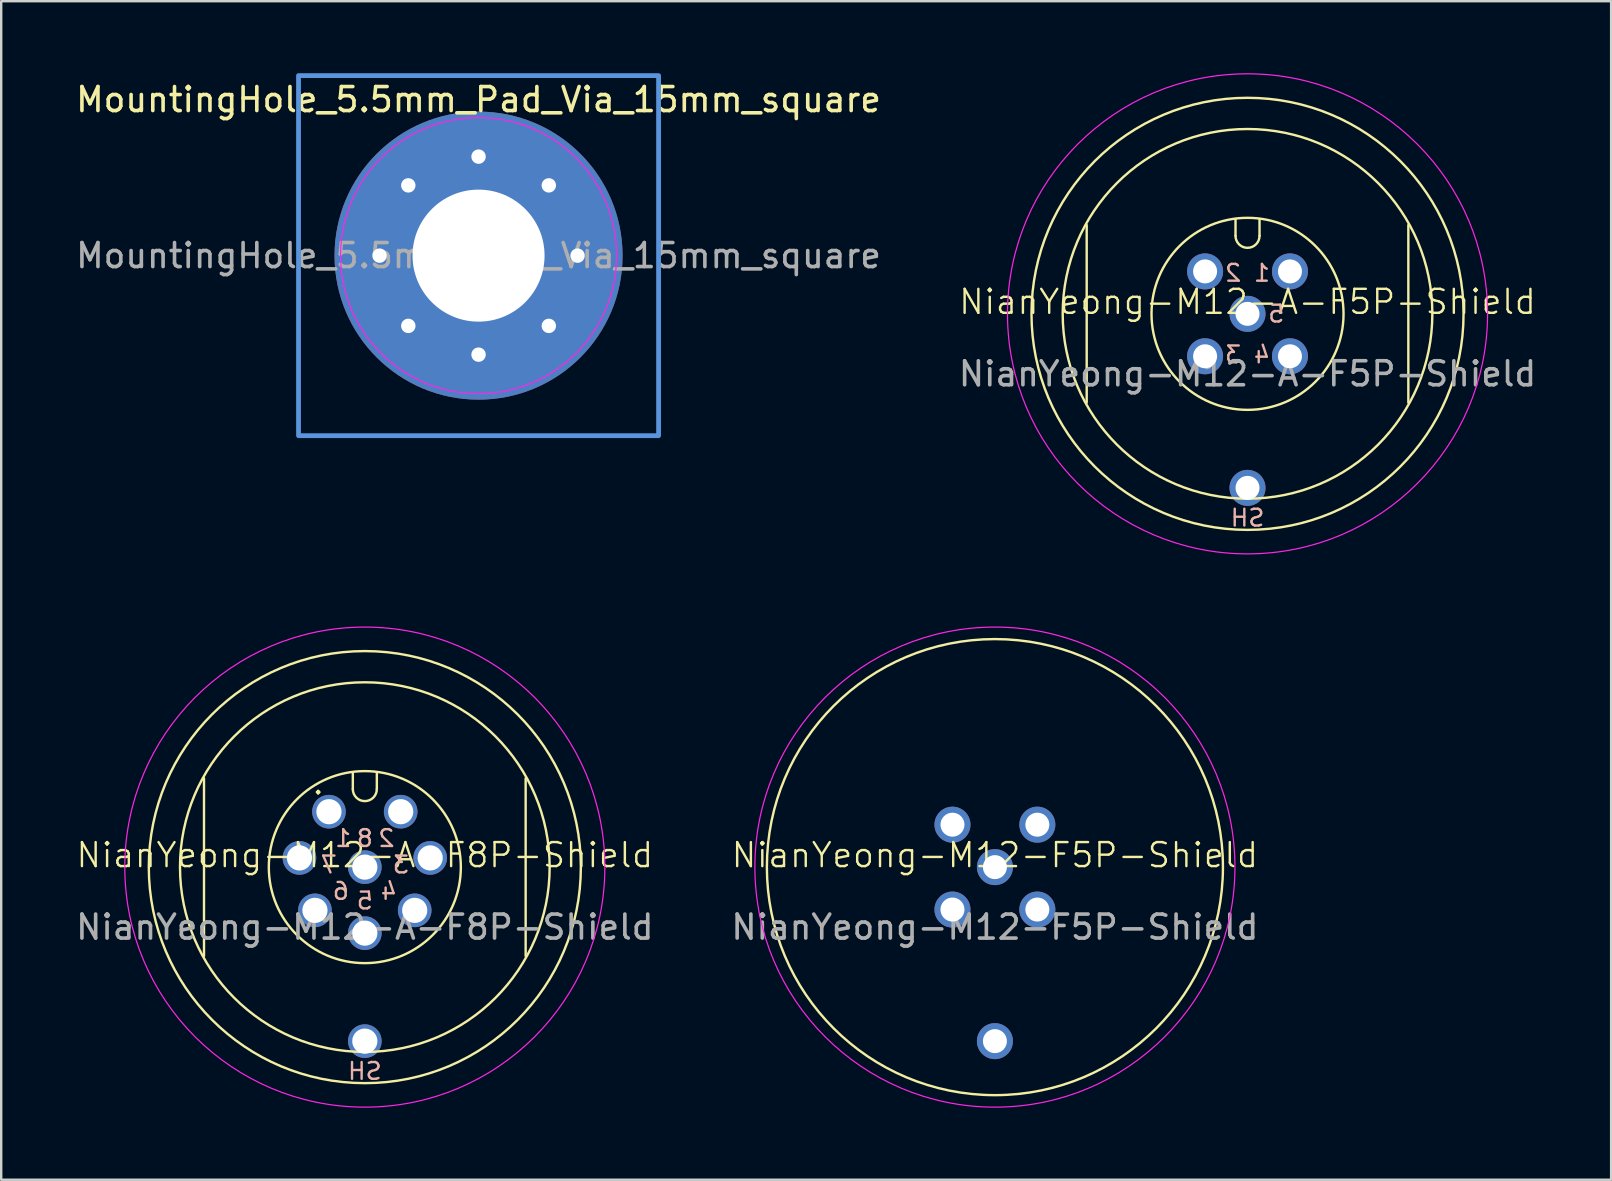
<source format=kicad_pcb>
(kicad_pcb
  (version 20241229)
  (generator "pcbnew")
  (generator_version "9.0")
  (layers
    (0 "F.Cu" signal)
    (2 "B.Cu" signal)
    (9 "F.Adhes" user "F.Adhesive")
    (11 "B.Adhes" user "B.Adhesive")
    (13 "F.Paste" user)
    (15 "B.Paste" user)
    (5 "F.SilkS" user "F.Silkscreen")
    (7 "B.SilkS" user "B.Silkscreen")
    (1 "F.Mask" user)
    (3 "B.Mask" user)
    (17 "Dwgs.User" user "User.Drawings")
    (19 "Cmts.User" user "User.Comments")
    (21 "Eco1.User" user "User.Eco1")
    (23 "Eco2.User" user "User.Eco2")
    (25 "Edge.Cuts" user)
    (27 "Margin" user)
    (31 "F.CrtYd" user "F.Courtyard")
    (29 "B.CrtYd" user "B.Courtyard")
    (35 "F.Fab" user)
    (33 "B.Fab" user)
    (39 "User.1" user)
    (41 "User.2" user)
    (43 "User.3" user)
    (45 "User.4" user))
  (footprint "NianYeong-M12-A-F8P-Shield"
    (layer "F.Cu")
    (at 12.149 33.075)
    (property "Reference" "NianYeong-M12-A-F8P-Shield" (at 0 -0.5 0) (unlocked yes) (layer "F.SilkS") (effects (font (size 1 1) (thickness 0.1))))
    (attr through_hole)
    (fp_line (start -6.7 -3.7) (end -6.7 3.7) (stroke (width 0.1) (type default)) (layer "F.SilkS"))
    (fp_line (start -0.5 -3.95) (end -0.5 -3.25) (stroke (width 0.1) (type default)) (layer "F.SilkS"))
    (fp_line (start 0.5 -3.95) (end 0.5 -3.25) (stroke (width 0.1) (type default)) (layer "F.SilkS"))
    (fp_line (start 6.7 -3.7) (end 6.7 3.7) (stroke (width 0.1) (type default)) (layer "F.SilkS"))
    (fp_arc (start 0.5 -3.25) (mid 0 -2.75) (end -0.5 -3.25) (stroke (width 0.1) (type default)) (layer "F.SilkS"))
    (fp_circle (center 0 0) (end 0 -7.7) (stroke (width 0.1) (type default)) (fill no) (layer "F.SilkS"))
    (fp_circle (center 0 0) (end 0 -4) (stroke (width 0.1) (type default)) (fill no) (layer "F.SilkS"))
    (fp_circle (center 0 0) (end 9 0) (stroke (width 0.1) (type default)) (fill no) (layer "F.SilkS"))
    (fp_circle (center 0 0) (end 10 0) (stroke (width 0.05) (type default)) (fill no) (layer "F.CrtYd"))
    (fp_text user "." (at -2.25 -2.95 0) (unlocked yes) (layer "F.SilkS") (effects (font (size 1 1) (thickness 0.1)) (justify left bottom)))
    (fp_text user "1" (at -0.9 -1.2 0) (unlocked yes) (layer "B.SilkS") (effects (font (size 0.7 0.7) (thickness 0.1) (bold yes)) (justify mirror)))
    (fp_text user "2" (at 0.9 -1.2 0) (unlocked yes) (layer "B.SilkS") (effects (font (size 0.7 0.7) (thickness 0.1) (bold yes)) (justify mirror)))
    (fp_text user "3" (at 1.5 -0.1 0) (unlocked yes) (layer "B.SilkS") (effects (font (size 0.7 0.7) (thickness 0.1) (bold yes)) (justify mirror)))
    (fp_text user "5" (at 0 1.4 0) (unlocked yes) (layer "B.SilkS") (effects (font (size 0.7 0.7) (thickness 0.1) (bold yes)) (justify mirror)))
    (fp_text user "4" (at 1 1 0) (unlocked yes) (layer "B.SilkS") (effects (font (size 0.7 0.7) (thickness 0.1) (bold yes)) (justify mirror)))
    (fp_text user "7" (at -1.5 -0.1 0) (unlocked yes) (layer "B.SilkS") (effects (font (size 0.7 0.7) (thickness 0.1) (bold yes)) (justify mirror)))
    (fp_text user "8" (at 0 -1.2 0) (unlocked yes) (layer "B.SilkS") (effects (font (size 0.7 0.7) (thickness 0.1) (bold yes)) (justify mirror)))
    (fp_text user "SH" (at 0 8.5 0) (unlocked yes) (layer "B.SilkS") (effects (font (size 0.7 0.7) (thickness 0.1) (bold yes)) (justify mirror)))
    (fp_text user "6" (at -1 1 0) (unlocked yes) (layer "B.SilkS") (effects (font (size 0.7 0.7) (thickness 0.1) (bold yes)) (justify mirror)))
    (fp_text user "${REFERENCE}" (at 0 2.5 0) (unlocked yes) (layer "F.Fab") (effects (font (size 1 1) (thickness 0.15))))
    (pad "1" thru_hole circle (at -1.494 -2.309 90) (size 1.4 1.4) (drill 1.05) (layers "*.Cu" "*.Mask"))
    (pad "2" thru_hole circle (at 1.494 -2.309 90) (size 1.4 1.4) (drill 1.05) (layers "*.Cu" "*.Mask"))
    (pad "3" thru_hole circle (at 2.723 -0.383 90) (size 1.4 1.4) (drill 1.05) (layers "*.Cu" "*.Mask"))
    (pad "4" thru_hole circle (at 2.078 1.801 90) (size 1.4 1.4) (drill 1.05) (layers "*.Cu" "*.Mask"))
    (pad "5" thru_hole circle (at 0 2.75 90) (size 1.4 1.4) (drill 1.05) (layers "*.Cu" "*.Mask"))
    (pad "6" thru_hole circle (at -2.078 1.801 90) (size 1.4 1.4) (drill 1.05) (layers "*.Cu" "*.Mask"))
    (pad "7" thru_hole circle (at -2.723 -0.383 90) (size 1.4 1.4) (drill 1.05) (layers "*.Cu" "*.Mask"))
    (pad "8" thru_hole circle (at 0 0 90) (size 1.4 1.4) (drill 1.05) (layers "*.Cu" "*.Mask"))
    (pad "SH" thru_hole circle (at 0 7.25 90) (size 1.4 1.4) (drill 1.05) (layers "*.Cu" "*.Mask")))
  (footprint "NianYeong-M12-A-F5P-Shield"
    (layer "F.Cu")
    (at 48.923 10.025)
    (property "Reference" "NianYeong-M12-A-F5P-Shield" (at 0 -0.5 0) (unlocked yes) (layer "F.SilkS") (effects (font (size 1 1) (thickness 0.1))))
    (attr through_hole)
    (fp_line (start -6.7 -3.7) (end -6.7 3.7) (stroke (width 0.1) (type default)) (layer "F.SilkS"))
    (fp_line (start -0.5 -3.95) (end -0.5 -3.25) (stroke (width 0.1) (type default)) (layer "F.SilkS"))
    (fp_line (start 0.5 -3.95) (end 0.5 -3.25) (stroke (width 0.1) (type default)) (layer "F.SilkS"))
    (fp_line (start 6.7 -3.7) (end 6.7 3.7) (stroke (width 0.1) (type default)) (layer "F.SilkS"))
    (fp_arc (start 0.5 -3.25) (mid 0 -2.75) (end -0.5 -3.25) (stroke (width 0.1) (type default)) (layer "F.SilkS"))
    (fp_circle (center 0 0) (end 0 -7.7) (stroke (width 0.1) (type default)) (fill no) (layer "F.SilkS"))
    (fp_circle (center 0 0) (end 0 -4) (stroke (width 0.1) (type default)) (fill no) (layer "F.SilkS"))
    (fp_circle (center 0 0) (end 9 0) (stroke (width 0.1) (type default)) (fill no) (layer "F.SilkS"))
    (fp_circle (center 0 0) (end 10 0) (stroke (width 0.05) (type default)) (fill no) (layer "F.CrtYd"))
    (fp_text user "2" (at -0.6 -1.7 0) (unlocked yes) (layer "B.SilkS") (effects (font (size 0.7 0.7) (thickness 0.1) (bold yes)) (justify mirror)))
    (fp_text user "4" (at 0.6 1.7 0) (unlocked yes) (layer "B.SilkS") (effects (font (size 0.7 0.7) (thickness 0.1) (bold yes)) (justify mirror)))
    (fp_text user "5" (at 1.2 0 0) (unlocked yes) (layer "B.SilkS") (effects (font (size 0.7 0.7) (thickness 0.1) (bold yes)) (justify mirror)))
    (fp_text user "3" (at -0.6 1.7 0) (unlocked yes) (layer "B.SilkS") (effects (font (size 0.7 0.7) (thickness 0.1) (bold yes)) (justify mirror)))
    (fp_text user "1" (at 0.6 -1.7 0) (unlocked yes) (layer "B.SilkS") (effects (font (size 0.7 0.7) (thickness 0.1) (bold yes)) (justify mirror)))
    (fp_text user "SH" (at 0 8.5 0) (unlocked yes) (layer "B.SilkS") (effects (font (size 0.7 0.7) (thickness 0.1) (bold yes)) (justify mirror)))
    (fp_text user "${REFERENCE}" (at 0 2.5 0) (unlocked yes) (layer "F.Fab") (effects (font (size 1 1) (thickness 0.15))))
    (pad "1" thru_hole circle (at 1.768 -1.768) (size 1.5 1.5) (drill 1) (layers "*.Cu" "*.Mask"))
    (pad "2" thru_hole circle (at -1.768 -1.768) (size 1.5 1.5) (drill 1) (layers "*.Cu" "*.Mask"))
    (pad "3" thru_hole circle (at -1.768 1.768) (size 1.5 1.5) (drill 1) (layers "*.Cu" "*.Mask"))
    (pad "4" thru_hole circle (at 1.768 1.768) (size 1.5 1.5) (drill 1) (layers "*.Cu" "*.Mask"))
    (pad "5" thru_hole circle (at 0 0) (size 1.5 1.5) (drill 1) (layers "*.Cu" "*.Mask"))
    (pad "SH" thru_hole circle (at 0 7.25) (size 1.5 1.5) (drill 1) (layers "*.Cu" "*.Mask")))
  (footprint "NianYeong-M12-F5P-Shield"
    (layer "F.Cu")
    (at 38.399 33.075)
    (property "Reference" "NianYeong-M12-F5P-Shield" (at 0 -0.5 0) (unlocked yes) (layer "F.SilkS") (effects (font (size 1 1) (thickness 0.1))))
    (attr through_hole)
    (fp_circle (center 0 0) (end 9.5 0) (stroke (width 0.1) (type default)) (fill no) (layer "F.SilkS"))
    (fp_circle (center 0 0) (end 10 0) (stroke (width 0.05) (type default)) (fill no) (layer "F.CrtYd"))
    (fp_text user "${REFERENCE}" (at 0 2.5 0) (unlocked yes) (layer "F.Fab") (effects (font (size 1 1) (thickness 0.15))))
    (pad "1" thru_hole circle (at 1.768 -1.768) (size 1.5 1.5) (drill 1) (layers "*.Cu" "*.Mask"))
    (pad "2" thru_hole circle (at -1.768 -1.768) (size 1.5 1.5) (drill 1) (layers "*.Cu" "*.Mask"))
    (pad "3" thru_hole circle (at -1.768 1.768) (size 1.5 1.5) (drill 1) (layers "*.Cu" "*.Mask"))
    (pad "4" thru_hole circle (at 1.768 1.768) (size 1.5 1.5) (drill 1) (layers "*.Cu" "*.Mask"))
    (pad "5" thru_hole circle (at 0 0) (size 1.5 1.5) (drill 1) (layers "*.Cu" "*.Mask"))
    (pad "SH" thru_hole circle (at 0 7.25) (size 1.5 1.5) (drill 1) (layers "*.Cu" "*.Mask")))
  (footprint "MountingHole_5.5mm_Pad_Via_15mm_square"
    (layer "F.Cu")
    (at 16.887 7.6)
    (property "Reference" "MountingHole_5.5mm_Pad_Via_15mm_square" (at 0 -6.5 0) (layer "F.SilkS") (effects (font (size 1 1) (thickness 0.15))))
    (attr exclude_from_pos_files exclude_from_bom)
    (fp_rect (start -7 -7) (end 7 7) (stroke (width 1) (type solid)) (fill yes) (layer "F.Mask"))
    (fp_rect (start -7.5 -7.5) (end 7.5 7.5) (stroke (width 0.2) (type solid)) (fill no) (layer "Cmts.User"))
    (fp_circle (center 0 0) (end 5.75 0) (stroke (width 0.05) (type solid)) (fill no) (layer "F.CrtYd"))
    (fp_text user "${REFERENCE}" (at 0 0 0) (layer "F.Fab") (effects (font (size 1 1) (thickness 0.15))))
    (pad "1" thru_hole circle (at -4.125 0) (size 0.9 0.9) (drill 0.6) (layers "*.Cu" "*.Mask"))
    (pad "1" thru_hole circle (at -2.927 -2.927) (size 0.9 0.9) (drill 0.6) (layers "*.Cu" "*.Mask"))
    (pad "1" thru_hole circle (at -2.927 2.927) (size 0.9 0.9) (drill 0.6) (layers "*.Cu" "*.Mask"))
    (pad "1" thru_hole circle (at 0 -4.125) (size 0.9 0.9) (drill 0.6) (layers "*.Cu" "*.Mask"))
    (pad "1" thru_hole circle (at 0 0) (size 12 12) (drill 5.5) (layers "*.Cu" "*.Mask"))
    (pad "1" thru_hole circle (at 0 4.125) (size 0.9 0.9) (drill 0.6) (layers "*.Cu" "*.Mask"))
    (pad "1" thru_hole circle (at 2.927 -2.927) (size 0.9 0.9) (drill 0.6) (layers "*.Cu" "*.Mask"))
    (pad "1" thru_hole circle (at 2.927 2.927) (size 0.9 0.9) (drill 0.6) (layers "*.Cu" "*.Mask"))
    (pad "1" thru_hole circle (at 4.125 0) (size 0.9 0.9) (drill 0.6) (layers "*.Cu" "*.Mask")))
  (gr_rect
    (start -3 -3)
    (end 64.071 46.1)
    (stroke (width 0.1) (type default))
    (fill no)
    (layer "Edge.Cuts")))
</source>
